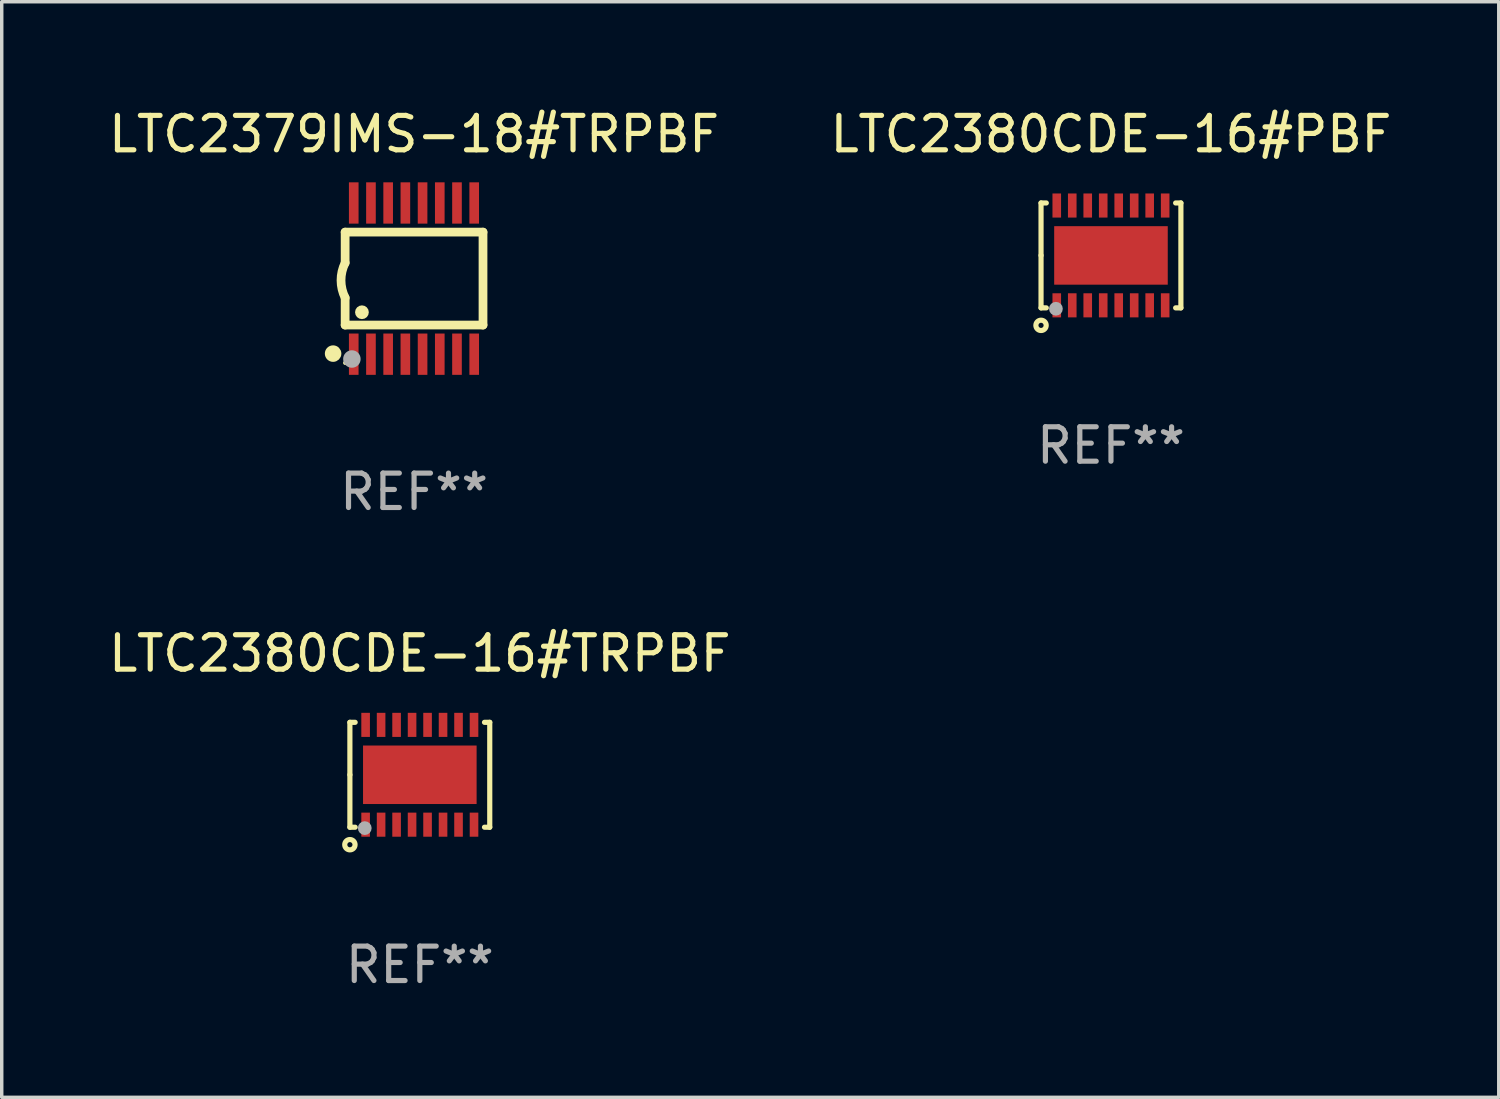
<source format=kicad_pcb>
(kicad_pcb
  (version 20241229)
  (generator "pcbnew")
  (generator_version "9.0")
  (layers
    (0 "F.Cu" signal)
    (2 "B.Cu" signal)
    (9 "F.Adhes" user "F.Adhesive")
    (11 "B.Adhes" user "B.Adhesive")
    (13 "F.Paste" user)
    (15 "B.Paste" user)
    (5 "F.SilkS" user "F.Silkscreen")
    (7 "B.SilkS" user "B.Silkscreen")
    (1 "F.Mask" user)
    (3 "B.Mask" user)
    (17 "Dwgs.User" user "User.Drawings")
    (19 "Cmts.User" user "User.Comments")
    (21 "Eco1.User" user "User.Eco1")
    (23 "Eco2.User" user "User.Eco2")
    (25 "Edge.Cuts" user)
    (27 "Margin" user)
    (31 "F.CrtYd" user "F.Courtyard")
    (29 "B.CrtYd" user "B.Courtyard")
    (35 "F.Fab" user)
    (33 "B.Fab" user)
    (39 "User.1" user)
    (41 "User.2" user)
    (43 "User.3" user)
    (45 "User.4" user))
  (footprint "LTC2379IMS-18#TRPBF"
    (layer "F.Cu")
    (at 8.982 5.045)
    (property "Reference" "LTC2379IMS-18#TRPBF" (at 0 -4.197 0) (layer "F.SilkS") (effects (font (size 1 1) (thickness 0.15))))
    (attr through_hole)
    (fp_line (start -2.003 -1.35) (end -2.003 -0.457) (stroke (width 0.254) (type solid)) (layer "F.SilkS"))
    (fp_line (start -2.003 -1.35) (end 2.003 -1.35) (stroke (width 0.254) (type solid)) (layer "F.SilkS"))
    (fp_line (start -2.003 1.35) (end -2.003 0.559) (stroke (width 0.254) (type solid)) (layer "F.SilkS"))
    (fp_line (start -2.003 1.35) (end 2.003 1.35) (stroke (width 0.254) (type solid)) (layer "F.SilkS"))
    (fp_line (start 2.003 -1.35) (end 2.003 1.35) (stroke (width 0.254) (type solid)) (layer "F.SilkS"))
    (fp_arc (start -2.002286 0.558802) (mid -2.122556 0.05092) (end -2.003302 -0.457201) (stroke (width 0.254001) (type solid)) (layer "F.SilkS"))
    (fp_circle (center -2.353 2.18) (end -2.233 2.18) (stroke (width 0.24) (type solid)) (fill no) (layer "F.SilkS"))
    (fp_circle (center -2.003 2.45) (end -1.973 2.45) (stroke (width 0.06) (type solid)) (fill no) (layer "F.SilkS"))
    (fp_circle (center -1.515 0.978) (end -1.415 0.978) (stroke (width 0.2) (type solid)) (fill no) (layer "F.SilkS"))
    (fp_circle (center -1.807 2.337) (end -1.68 2.337) (stroke (width 0.254) (type solid)) (fill no) (layer "F.Fab"))
    (fp_text user "REF**" (at 0 6.197 0) (layer "F.Fab") (effects (font (size 1 1) (thickness 0.15))))
    (pad "1" smd rect (at -1.753 2.197 90) (size 1.2 0.28) (layers "F.Cu" "F.Mask" "F.Paste"))
    (pad "2" smd rect (at -1.253 2.197 90) (size 1.2 0.28) (layers "F.Cu" "F.Mask" "F.Paste"))
    (pad "3" smd rect (at -0.753 2.197 90) (size 1.2 0.28) (layers "F.Cu" "F.Mask" "F.Paste"))
    (pad "4" smd rect (at -0.253 2.197 90) (size 1.2 0.28) (layers "F.Cu" "F.Mask" "F.Paste"))
    (pad "5" smd rect (at 0.247 2.197 90) (size 1.2 0.28) (layers "F.Cu" "F.Mask" "F.Paste"))
    (pad "6" smd rect (at 0.747 2.197 90) (size 1.2 0.28) (layers "F.Cu" "F.Mask" "F.Paste"))
    (pad "7" smd rect (at 1.247 2.197 90) (size 1.2 0.28) (layers "F.Cu" "F.Mask" "F.Paste"))
    (pad "8" smd rect (at 1.747 2.197 90) (size 1.2 0.28) (layers "F.Cu" "F.Mask" "F.Paste"))
    (pad "9" smd rect (at 1.747 -2.197 90) (size 1.2 0.28) (layers "F.Cu" "F.Mask" "F.Paste"))
    (pad "10" smd rect (at 1.247 -2.197 90) (size 1.2 0.28) (layers "F.Cu" "F.Mask" "F.Paste"))
    (pad "11" smd rect (at 0.747 -2.197 90) (size 1.2 0.28) (layers "F.Cu" "F.Mask" "F.Paste"))
    (pad "12" smd rect (at 0.247 -2.197 90) (size 1.2 0.28) (layers "F.Cu" "F.Mask" "F.Paste"))
    (pad "13" smd rect (at -0.253 -2.197 90) (size 1.2 0.28) (layers "F.Cu" "F.Mask" "F.Paste"))
    (pad "14" smd rect (at -0.753 -2.197 90) (size 1.2 0.28) (layers "F.Cu" "F.Mask" "F.Paste"))
    (pad "15" smd rect (at -1.253 -2.197 90) (size 1.2 0.28) (layers "F.Cu" "F.Mask" "F.Paste"))
    (pad "16" smd rect (at -1.753 -2.197 90) (size 1.2 0.28) (layers "F.Cu" "F.Mask" "F.Paste")))
  (footprint "LTC2380CDE-16#PBF"
    (layer "F.Cu")
    (at 29.232 4.372)
    (property "Reference" "LTC2380CDE-16#PBF" (at 0 -3.524 0) (layer "F.SilkS") (effects (font (size 1 1) (thickness 0.15))))
    (attr through_hole)
    (fp_line (start -2.032 -1.524) (end -1.879 -1.524) (stroke (width 0.15) (type solid)) (layer "F.SilkS"))
    (fp_line (start -2.032 0) (end -2.032 -1.524) (stroke (width 0.15) (type solid)) (layer "F.SilkS"))
    (fp_line (start -2.032 1.524) (end -2.032 0) (stroke (width 0.15) (type solid)) (layer "F.SilkS"))
    (fp_line (start -1.879 1.524) (end -2.032 1.524) (stroke (width 0.15) (type solid)) (layer "F.SilkS"))
    (fp_line (start 1.879 -1.524) (end 2.032 -1.524) (stroke (width 0.15) (type solid)) (layer "F.SilkS"))
    (fp_line (start 2.032 -1.524) (end 2.032 1.524) (stroke (width 0.15) (type solid)) (layer "F.SilkS"))
    (fp_line (start 2.032 1.524) (end 1.879 1.524) (stroke (width 0.15) (type solid)) (layer "F.SilkS"))
    (fp_circle (center -2.032 2.032) (end -1.882 2.032) (stroke (width 0.15) (type solid)) (fill no) (layer "F.SilkS"))
    (fp_circle (center -2 1.5) (end -1.97 1.5) (stroke (width 0.06) (type solid)) (fill no) (layer "F.SilkS"))
    (fp_circle (center -1.6 1.55) (end -1.5 1.55) (stroke (width 0.2) (type solid)) (fill no) (layer "F.Fab"))
    (fp_text user "REF**" (at 0 5.524 0) (layer "F.Fab") (effects (font (size 1 1) (thickness 0.15))))
    (pad "1" smd rect (at -1.575 1.45 90) (size 0.7 0.25) (layers "F.Cu" "F.Mask" "F.Paste"))
    (pad "2" smd rect (at -1.125 1.45 90) (size 0.7 0.25) (layers "F.Cu" "F.Mask" "F.Paste"))
    (pad "3" smd rect (at -0.675 1.45 90) (size 0.7 0.25) (layers "F.Cu" "F.Mask" "F.Paste"))
    (pad "4" smd rect (at -0.225 1.45 90) (size 0.7 0.25) (layers "F.Cu" "F.Mask" "F.Paste"))
    (pad "5" smd rect (at 0.225 1.45 90) (size 0.7 0.25) (layers "F.Cu" "F.Mask" "F.Paste"))
    (pad "6" smd rect (at 0.675 1.45 90) (size 0.7 0.25) (layers "F.Cu" "F.Mask" "F.Paste"))
    (pad "7" smd rect (at 1.125 1.45 90) (size 0.7 0.25) (layers "F.Cu" "F.Mask" "F.Paste"))
    (pad "8" smd rect (at 1.575 1.45 90) (size 0.7 0.25) (layers "F.Cu" "F.Mask" "F.Paste"))
    (pad "9" smd rect (at 1.575 -1.45 90) (size 0.7 0.25) (layers "F.Cu" "F.Mask" "F.Paste"))
    (pad "10" smd rect (at 1.125 -1.45 90) (size 0.7 0.25) (layers "F.Cu" "F.Mask" "F.Paste"))
    (pad "11" smd rect (at 0.675 -1.45 90) (size 0.7 0.25) (layers "F.Cu" "F.Mask" "F.Paste"))
    (pad "12" smd rect (at 0.225 -1.45 90) (size 0.7 0.25) (layers "F.Cu" "F.Mask" "F.Paste"))
    (pad "13" smd rect (at -0.225 -1.45 90) (size 0.7 0.25) (layers "F.Cu" "F.Mask" "F.Paste"))
    (pad "14" smd rect (at -0.675 -1.45 90) (size 0.7 0.25) (layers "F.Cu" "F.Mask" "F.Paste"))
    (pad "15" smd rect (at -1.125 -1.45 90) (size 0.7 0.25) (layers "F.Cu" "F.Mask" "F.Paste"))
    (pad "16" smd rect (at -1.575 -1.45 90) (size 0.7 0.25) (layers "F.Cu" "F.Mask" "F.Paste"))
    (pad "17" smd rect (at 0.000127 0 90) (size 1.7 3.3) (layers "F.Cu" "F.Mask" "F.Paste")))
  (footprint "LTC2380CDE-16#TRPBF"
    (layer "F.Cu")
    (at 9.149 19.463)
    (property "Reference" "LTC2380CDE-16#TRPBF" (at 0 -3.524 0) (layer "F.SilkS") (effects (font (size 1 1) (thickness 0.15))))
    (attr through_hole)
    (fp_line (start -2.032 -1.524) (end -1.879 -1.524) (stroke (width 0.15) (type solid)) (layer "F.SilkS"))
    (fp_line (start -2.032 0) (end -2.032 -1.524) (stroke (width 0.15) (type solid)) (layer "F.SilkS"))
    (fp_line (start -2.032 1.524) (end -2.032 0) (stroke (width 0.15) (type solid)) (layer "F.SilkS"))
    (fp_line (start -1.879 1.524) (end -2.032 1.524) (stroke (width 0.15) (type solid)) (layer "F.SilkS"))
    (fp_line (start 1.879 -1.524) (end 2.032 -1.524) (stroke (width 0.15) (type solid)) (layer "F.SilkS"))
    (fp_line (start 2.032 -1.524) (end 2.032 1.524) (stroke (width 0.15) (type solid)) (layer "F.SilkS"))
    (fp_line (start 2.032 1.524) (end 1.879 1.524) (stroke (width 0.15) (type solid)) (layer "F.SilkS"))
    (fp_circle (center -2.032 2.032) (end -1.882 2.032) (stroke (width 0.15) (type solid)) (fill no) (layer "F.SilkS"))
    (fp_circle (center -2 1.5) (end -1.97 1.5) (stroke (width 0.06) (type solid)) (fill no) (layer "F.SilkS"))
    (fp_circle (center -1.6 1.55) (end -1.5 1.55) (stroke (width 0.2) (type solid)) (fill no) (layer "F.Fab"))
    (fp_text user "REF**" (at 0 5.524 0) (layer "F.Fab") (effects (font (size 1 1) (thickness 0.15))))
    (pad "1" smd rect (at -1.575 1.45 90) (size 0.7 0.25) (layers "F.Cu" "F.Mask" "F.Paste"))
    (pad "2" smd rect (at -1.125 1.45 90) (size 0.7 0.25) (layers "F.Cu" "F.Mask" "F.Paste"))
    (pad "3" smd rect (at -0.675 1.45 90) (size 0.7 0.25) (layers "F.Cu" "F.Mask" "F.Paste"))
    (pad "4" smd rect (at -0.225 1.45 90) (size 0.7 0.25) (layers "F.Cu" "F.Mask" "F.Paste"))
    (pad "5" smd rect (at 0.225 1.45 90) (size 0.7 0.25) (layers "F.Cu" "F.Mask" "F.Paste"))
    (pad "6" smd rect (at 0.675 1.45 90) (size 0.7 0.25) (layers "F.Cu" "F.Mask" "F.Paste"))
    (pad "7" smd rect (at 1.125 1.45 90) (size 0.7 0.25) (layers "F.Cu" "F.Mask" "F.Paste"))
    (pad "8" smd rect (at 1.575 1.45 90) (size 0.7 0.25) (layers "F.Cu" "F.Mask" "F.Paste"))
    (pad "9" smd rect (at 1.575 -1.45 90) (size 0.7 0.25) (layers "F.Cu" "F.Mask" "F.Paste"))
    (pad "10" smd rect (at 1.125 -1.45 90) (size 0.7 0.25) (layers "F.Cu" "F.Mask" "F.Paste"))
    (pad "11" smd rect (at 0.675 -1.45 90) (size 0.7 0.25) (layers "F.Cu" "F.Mask" "F.Paste"))
    (pad "12" smd rect (at 0.225 -1.45 90) (size 0.7 0.25) (layers "F.Cu" "F.Mask" "F.Paste"))
    (pad "13" smd rect (at -0.225 -1.45 90) (size 0.7 0.25) (layers "F.Cu" "F.Mask" "F.Paste"))
    (pad "14" smd rect (at -0.675 -1.45 90) (size 0.7 0.25) (layers "F.Cu" "F.Mask" "F.Paste"))
    (pad "15" smd rect (at -1.125 -1.45 90) (size 0.7 0.25) (layers "F.Cu" "F.Mask" "F.Paste"))
    (pad "16" smd rect (at -1.575 -1.45 90) (size 0.7 0.25) (layers "F.Cu" "F.Mask" "F.Paste"))
    (pad "17" smd rect (at 0.000127 0 90) (size 1.7 3.3) (layers "F.Cu" "F.Mask" "F.Paste")))
  (gr_rect
    (start -3 -3)
    (end 40.5 28.835)
    (stroke (width 0.1) (type default))
    (fill no)
    (layer "Edge.Cuts")))
</source>
